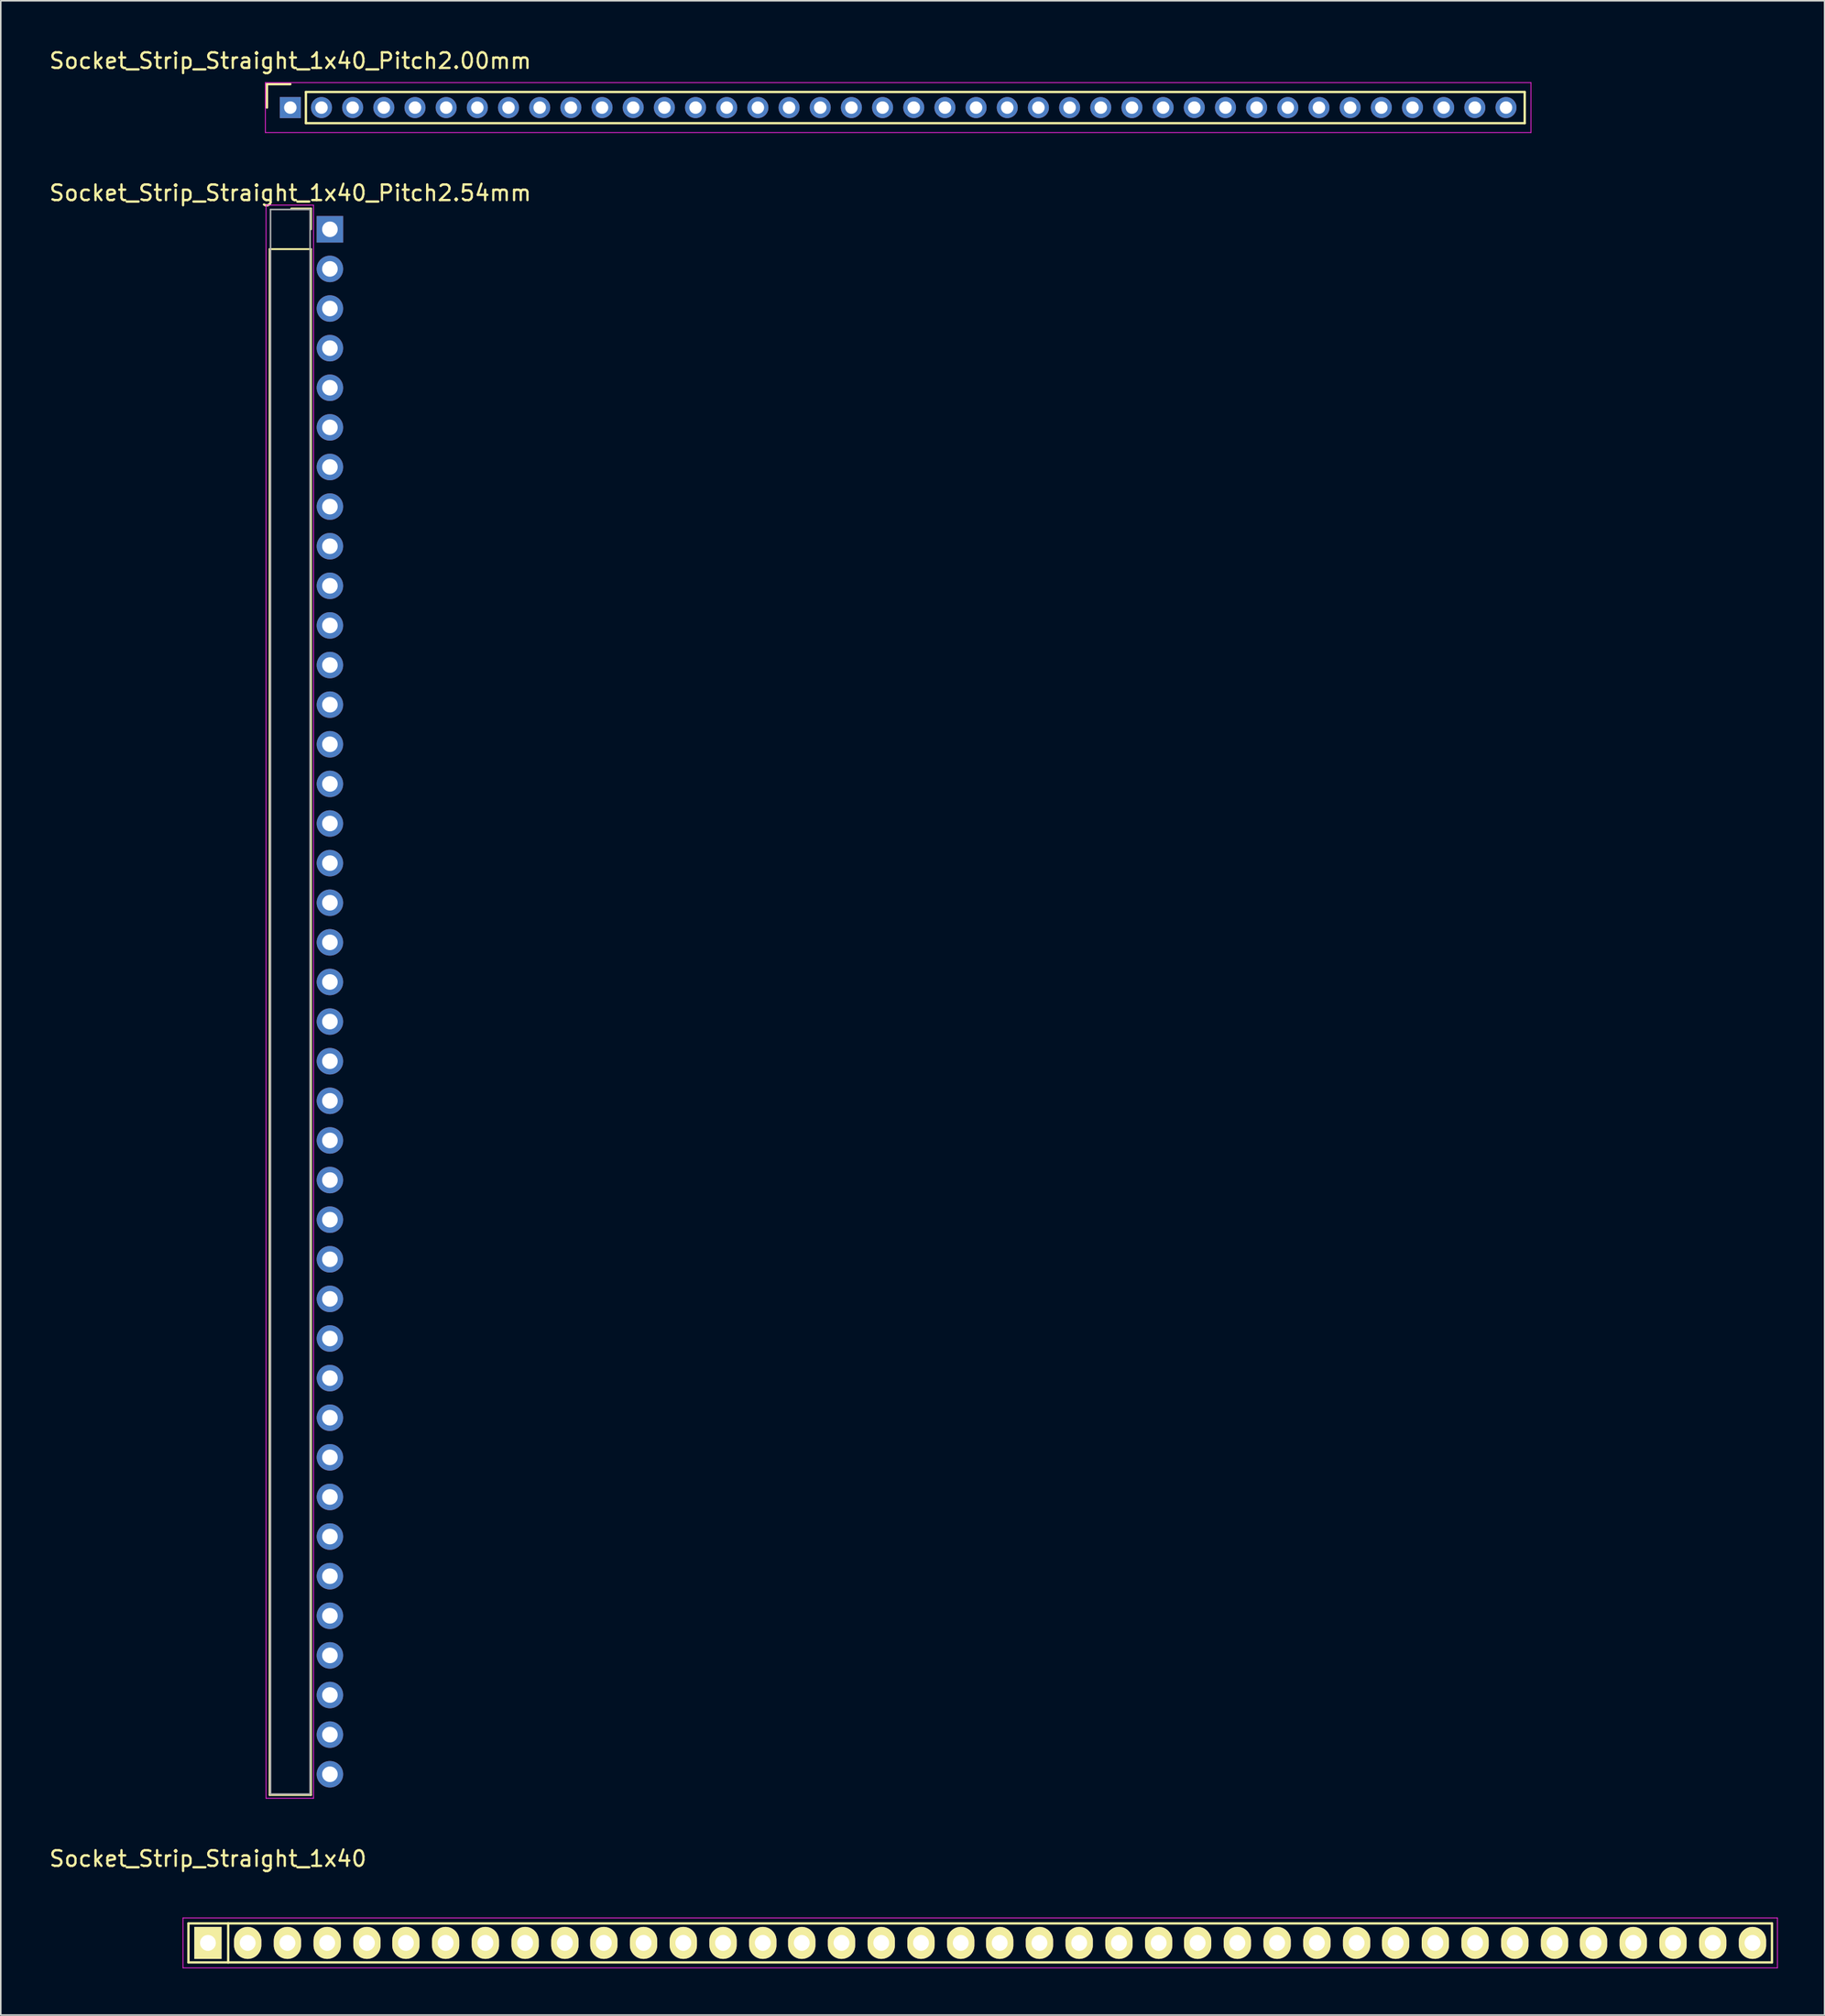
<source format=kicad_pcb>
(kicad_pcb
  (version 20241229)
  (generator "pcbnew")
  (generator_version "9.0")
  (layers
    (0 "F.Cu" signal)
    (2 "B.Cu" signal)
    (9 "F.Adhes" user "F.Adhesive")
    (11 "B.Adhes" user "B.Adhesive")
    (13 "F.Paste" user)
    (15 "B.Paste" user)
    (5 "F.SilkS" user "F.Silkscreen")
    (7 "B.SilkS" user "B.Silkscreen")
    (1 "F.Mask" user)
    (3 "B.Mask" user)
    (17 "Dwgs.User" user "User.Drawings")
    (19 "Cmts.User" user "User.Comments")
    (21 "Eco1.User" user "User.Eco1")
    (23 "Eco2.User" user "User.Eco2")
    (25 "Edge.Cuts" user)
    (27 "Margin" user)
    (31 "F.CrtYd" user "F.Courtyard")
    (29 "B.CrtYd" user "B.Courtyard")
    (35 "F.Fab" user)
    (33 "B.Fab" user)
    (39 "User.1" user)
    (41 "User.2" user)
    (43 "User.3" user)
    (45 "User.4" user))
  (footprint "Socket_Strip_Straight_1x40_Pitch2.00mm"
    (layer "F.Cu")
    (at 15.577 3.848)
    (property "Reference" "Socket_Strip_Straight_1x40_Pitch2.00mm" (at 0 -3 0) (layer "F.SilkS") (effects (font (size 1 1) (thickness 0.15))))
    (attr through_hole)
    (fp_line (start -1.5 -1.5) (end -1.5 0) (stroke (width 0.15) (type solid)) (layer "F.SilkS"))
    (fp_line (start 0 -1.5) (end -1.5 -1.5) (stroke (width 0.15) (type solid)) (layer "F.SilkS"))
    (fp_line (start 1 -1) (end 1 1) (stroke (width 0.15) (type solid)) (layer "F.SilkS"))
    (fp_line (start 1 1) (end 79.2 1) (stroke (width 0.15) (type solid)) (layer "F.SilkS"))
    (fp_line (start 79.2 -1) (end 1 -1) (stroke (width 0.15) (type solid)) (layer "F.SilkS"))
    (fp_line (start 79.2 1) (end 79.2 -1) (stroke (width 0.15) (type solid)) (layer "F.SilkS"))
    (fp_line (start -1.6 -1.6) (end -1.6 1.6) (stroke (width 0.05) (type solid)) (layer "F.CrtYd"))
    (fp_line (start -1.6 1.6) (end 79.6 1.6) (stroke (width 0.05) (type solid)) (layer "F.CrtYd"))
    (fp_line (start 79.6 -1.6) (end -1.6 -1.6) (stroke (width 0.05) (type solid)) (layer "F.CrtYd"))
    (fp_line (start 79.6 1.6) (end 79.6 -1.6) (stroke (width 0.05) (type solid)) (layer "F.CrtYd"))
    (pad "1" thru_hole rect (at 0 0) (size 1.35 1.35) (drill 0.8) (layers "*.Cu" "*.Mask"))
    (pad "2" thru_hole circle (at 2 0) (size 1.35 1.35) (drill 0.8) (layers "*.Cu" "*.Mask"))
    (pad "3" thru_hole circle (at 4 0) (size 1.35 1.35) (drill 0.8) (layers "*.Cu" "*.Mask"))
    (pad "4" thru_hole circle (at 6 0) (size 1.35 1.35) (drill 0.8) (layers "*.Cu" "*.Mask"))
    (pad "5" thru_hole circle (at 8 0) (size 1.35 1.35) (drill 0.8) (layers "*.Cu" "*.Mask"))
    (pad "6" thru_hole circle (at 10 0) (size 1.35 1.35) (drill 0.8) (layers "*.Cu" "*.Mask"))
    (pad "7" thru_hole circle (at 12 0) (size 1.35 1.35) (drill 0.8) (layers "*.Cu" "*.Mask"))
    (pad "8" thru_hole circle (at 14 0) (size 1.35 1.35) (drill 0.8) (layers "*.Cu" "*.Mask"))
    (pad "9" thru_hole circle (at 16 0) (size 1.35 1.35) (drill 0.8) (layers "*.Cu" "*.Mask"))
    (pad "10" thru_hole circle (at 18 0) (size 1.35 1.35) (drill 0.8) (layers "*.Cu" "*.Mask"))
    (pad "11" thru_hole circle (at 20 0) (size 1.35 1.35) (drill 0.8) (layers "*.Cu" "*.Mask"))
    (pad "12" thru_hole circle (at 22 0) (size 1.35 1.35) (drill 0.8) (layers "*.Cu" "*.Mask"))
    (pad "13" thru_hole circle (at 24 0) (size 1.35 1.35) (drill 0.8) (layers "*.Cu" "*.Mask"))
    (pad "14" thru_hole circle (at 26 0) (size 1.35 1.35) (drill 0.8) (layers "*.Cu" "*.Mask"))
    (pad "15" thru_hole circle (at 28 0) (size 1.35 1.35) (drill 0.8) (layers "*.Cu" "*.Mask"))
    (pad "16" thru_hole circle (at 30 0) (size 1.35 1.35) (drill 0.8) (layers "*.Cu" "*.Mask"))
    (pad "17" thru_hole circle (at 32 0) (size 1.35 1.35) (drill 0.8) (layers "*.Cu" "*.Mask"))
    (pad "18" thru_hole circle (at 34 0) (size 1.35 1.35) (drill 0.8) (layers "*.Cu" "*.Mask"))
    (pad "19" thru_hole circle (at 36 0) (size 1.35 1.35) (drill 0.8) (layers "*.Cu" "*.Mask"))
    (pad "20" thru_hole circle (at 38 0) (size 1.35 1.35) (drill 0.8) (layers "*.Cu" "*.Mask"))
    (pad "21" thru_hole circle (at 40 0) (size 1.35 1.35) (drill 0.8) (layers "*.Cu" "*.Mask"))
    (pad "22" thru_hole circle (at 42 0) (size 1.35 1.35) (drill 0.8) (layers "*.Cu" "*.Mask"))
    (pad "23" thru_hole circle (at 44 0) (size 1.35 1.35) (drill 0.8) (layers "*.Cu" "*.Mask"))
    (pad "24" thru_hole circle (at 46 0) (size 1.35 1.35) (drill 0.8) (layers "*.Cu" "*.Mask"))
    (pad "25" thru_hole circle (at 48 0) (size 1.35 1.35) (drill 0.8) (layers "*.Cu" "*.Mask"))
    (pad "26" thru_hole circle (at 50 0) (size 1.35 1.35) (drill 0.8) (layers "*.Cu" "*.Mask"))
    (pad "27" thru_hole circle (at 52 0) (size 1.35 1.35) (drill 0.8) (layers "*.Cu" "*.Mask"))
    (pad "28" thru_hole circle (at 54 0) (size 1.35 1.35) (drill 0.8) (layers "*.Cu" "*.Mask"))
    (pad "29" thru_hole circle (at 56 0) (size 1.35 1.35) (drill 0.8) (layers "*.Cu" "*.Mask"))
    (pad "30" thru_hole circle (at 58 0) (size 1.35 1.35) (drill 0.8) (layers "*.Cu" "*.Mask"))
    (pad "31" thru_hole circle (at 60 0) (size 1.35 1.35) (drill 0.8) (layers "*.Cu" "*.Mask"))
    (pad "32" thru_hole circle (at 62 0) (size 1.35 1.35) (drill 0.8) (layers "*.Cu" "*.Mask"))
    (pad "33" thru_hole circle (at 64 0) (size 1.35 1.35) (drill 0.8) (layers "*.Cu" "*.Mask"))
    (pad "34" thru_hole circle (at 66 0) (size 1.35 1.35) (drill 0.8) (layers "*.Cu" "*.Mask"))
    (pad "35" thru_hole circle (at 68 0) (size 1.35 1.35) (drill 0.8) (layers "*.Cu" "*.Mask"))
    (pad "36" thru_hole circle (at 70 0) (size 1.35 1.35) (drill 0.8) (layers "*.Cu" "*.Mask"))
    (pad "37" thru_hole circle (at 72 0) (size 1.35 1.35) (drill 0.8) (layers "*.Cu" "*.Mask"))
    (pad "38" thru_hole circle (at 74 0) (size 1.35 1.35) (drill 0.8) (layers "*.Cu" "*.Mask"))
    (pad "39" thru_hole circle (at 76 0) (size 1.35 1.35) (drill 0.8) (layers "*.Cu" "*.Mask"))
    (pad "40" thru_hole circle (at 78 0) (size 1.35 1.35) (drill 0.8) (layers "*.Cu" "*.Mask")))
  (footprint "Socket_Strip_Straight_1x40"
    (layer "F.Cu")
    (at 10.292 121.525)
    (property "Reference" "Socket_Strip_Straight_1x40" (at 0 -5.4 0) (layer "F.SilkS") (effects (font (size 1 1) (thickness 0.15))))
    (attr through_hole)
    (fp_line (start -1.25 -1.25) (end 1.3 -1.25) (stroke (width 0.15) (type solid)) (layer "F.SilkS"))
    (fp_line (start -1.25 1.25) (end -1.25 -1.25) (stroke (width 0.15) (type solid)) (layer "F.SilkS"))
    (fp_line (start -1.25 1.25) (end 1.3 1.25) (stroke (width 0.15) (type solid)) (layer "F.SilkS"))
    (fp_line (start 1.3 -1.25) (end 100.35 -1.25) (stroke (width 0.15) (type solid)) (layer "F.SilkS"))
    (fp_line (start 1.3 1.25) (end 1.3 -1.25) (stroke (width 0.15) (type solid)) (layer "F.SilkS"))
    (fp_line (start 100.35 -1.25) (end 100.35 1.25) (stroke (width 0.15) (type solid)) (layer "F.SilkS"))
    (fp_line (start 100.35 1.25) (end 1.3 1.25) (stroke (width 0.15) (type solid)) (layer "F.SilkS"))
    (fp_line (start -1.6 -1.6) (end -1.6 1.6) (stroke (width 0.05) (type solid)) (layer "F.CrtYd"))
    (fp_line (start -1.6 -1.6) (end 100.7 -1.6) (stroke (width 0.05) (type solid)) (layer "F.CrtYd"))
    (fp_line (start -1.6 1.6) (end 100.7 1.6) (stroke (width 0.05) (type solid)) (layer "F.CrtYd"))
    (fp_line (start 100.7 -1.6) (end 100.7 1.6) (stroke (width 0.05) (type solid)) (layer "F.CrtYd"))
    (pad "1" thru_hole rect (at 0 0) (size 1.75 2.05) (drill 1.016) (layers "*.Cu" "*.Mask" "F.SilkS"))
    (pad "2" thru_hole oval (at 2.55 0) (size 1.75 2.05) (drill 1.016) (layers "*.Cu" "*.Mask" "F.SilkS"))
    (pad "3" thru_hole oval (at 5.1 0) (size 1.75 2.05) (drill 1.016) (layers "*.Cu" "*.Mask" "F.SilkS"))
    (pad "4" thru_hole oval (at 7.65 0) (size 1.75 2.05) (drill 1.016) (layers "*.Cu" "*.Mask" "F.SilkS"))
    (pad "5" thru_hole oval (at 10.2 0) (size 1.75 2.05) (drill 1.016) (layers "*.Cu" "*.Mask" "F.SilkS"))
    (pad "6" thru_hole oval (at 12.7 0) (size 1.75 2.05) (drill 1.016) (layers "*.Cu" "*.Mask" "F.SilkS"))
    (pad "7" thru_hole oval (at 15.25 0) (size 1.75 2.05) (drill 1.016) (layers "*.Cu" "*.Mask" "F.SilkS"))
    (pad "8" thru_hole oval (at 17.8 0) (size 1.75 2.05) (drill 1.016) (layers "*.Cu" "*.Mask" "F.SilkS"))
    (pad "9" thru_hole oval (at 20.35 0) (size 1.75 2.05) (drill 1.016) (layers "*.Cu" "*.Mask" "F.SilkS"))
    (pad "10" thru_hole oval (at 22.9 0) (size 1.75 2.05) (drill 1.016) (layers "*.Cu" "*.Mask" "F.SilkS"))
    (pad "11" thru_hole oval (at 25.4 0) (size 1.75 2.05) (drill 1.016) (layers "*.Cu" "*.Mask" "F.SilkS"))
    (pad "12" thru_hole oval (at 27.95 0) (size 1.75 2.05) (drill 1.016) (layers "*.Cu" "*.Mask" "F.SilkS"))
    (pad "13" thru_hole oval (at 30.5 0) (size 1.75 2.05) (drill 1.016) (layers "*.Cu" "*.Mask" "F.SilkS"))
    (pad "14" thru_hole oval (at 33.05 0) (size 1.75 2.05) (drill 1.016) (layers "*.Cu" "*.Mask" "F.SilkS"))
    (pad "15" thru_hole oval (at 35.6 0) (size 1.75 2.05) (drill 1.016) (layers "*.Cu" "*.Mask" "F.SilkS"))
    (pad "16" thru_hole oval (at 38.1 0) (size 1.75 2.05) (drill 1.016) (layers "*.Cu" "*.Mask" "F.SilkS"))
    (pad "17" thru_hole oval (at 40.65 0) (size 1.75 2.05) (drill 1.016) (layers "*.Cu" "*.Mask" "F.SilkS"))
    (pad "18" thru_hole oval (at 43.2 0) (size 1.75 2.05) (drill 1.016) (layers "*.Cu" "*.Mask" "F.SilkS"))
    (pad "19" thru_hole oval (at 45.75 0) (size 1.75 2.05) (drill 1.016) (layers "*.Cu" "*.Mask" "F.SilkS"))
    (pad "20" thru_hole oval (at 48.3 0) (size 1.75 2.05) (drill 1.016) (layers "*.Cu" "*.Mask" "F.SilkS"))
    (pad "21" thru_hole oval (at 50.8 0) (size 1.75 2.05) (drill 1.016) (layers "*.Cu" "*.Mask" "F.SilkS"))
    (pad "22" thru_hole oval (at 53.35 0) (size 1.75 2.05) (drill 1.016) (layers "*.Cu" "*.Mask" "F.SilkS"))
    (pad "23" thru_hole oval (at 55.9 0) (size 1.75 2.05) (drill 1.016) (layers "*.Cu" "*.Mask" "F.SilkS"))
    (pad "24" thru_hole oval (at 58.45 0) (size 1.75 2.05) (drill 1.016) (layers "*.Cu" "*.Mask" "F.SilkS"))
    (pad "25" thru_hole oval (at 61 0) (size 1.75 2.05) (drill 1.016) (layers "*.Cu" "*.Mask" "F.SilkS"))
    (pad "26" thru_hole oval (at 63.5 0) (size 1.75 2.05) (drill 1.016) (layers "*.Cu" "*.Mask" "F.SilkS"))
    (pad "27" thru_hole oval (at 66.05 0) (size 1.75 2.05) (drill 1.016) (layers "*.Cu" "*.Mask" "F.SilkS"))
    (pad "28" thru_hole oval (at 68.6 0) (size 1.75 2.05) (drill 1.016) (layers "*.Cu" "*.Mask" "F.SilkS"))
    (pad "29" thru_hole oval (at 71.15 0) (size 1.75 2.05) (drill 1.016) (layers "*.Cu" "*.Mask" "F.SilkS"))
    (pad "30" thru_hole oval (at 73.7 0) (size 1.75 2.05) (drill 1.016) (layers "*.Cu" "*.Mask" "F.SilkS"))
    (pad "31" thru_hole oval (at 76.2 0) (size 1.75 2.05) (drill 1.016) (layers "*.Cu" "*.Mask" "F.SilkS"))
    (pad "32" thru_hole oval (at 78.75 0) (size 1.75 2.05) (drill 1.016) (layers "*.Cu" "*.Mask" "F.SilkS"))
    (pad "33" thru_hole oval (at 81.3 0) (size 1.75 2.05) (drill 1.016) (layers "*.Cu" "*.Mask" "F.SilkS"))
    (pad "34" thru_hole oval (at 83.85 0) (size 1.75 2.05) (drill 1.016) (layers "*.Cu" "*.Mask" "F.SilkS"))
    (pad "35" thru_hole oval (at 86.4 0) (size 1.75 2.05) (drill 1.016) (layers "*.Cu" "*.Mask" "F.SilkS"))
    (pad "36" thru_hole oval (at 88.9 0) (size 1.75 2.05) (drill 1.016) (layers "*.Cu" "*.Mask" "F.SilkS"))
    (pad "37" thru_hole oval (at 91.45 0) (size 1.75 2.05) (drill 1.016) (layers "*.Cu" "*.Mask" "F.SilkS"))
    (pad "38" thru_hole oval (at 94 0) (size 1.75 2.05) (drill 1.016) (layers "*.Cu" "*.Mask" "F.SilkS"))
    (pad "39" thru_hole oval (at 96.55 0) (size 1.75 2.05) (drill 1.016) (layers "*.Cu" "*.Mask" "F.SilkS"))
    (pad "40" thru_hole oval (at 99.1 0) (size 1.75 2.05) (drill 1.016) (layers "*.Cu" "*.Mask" "F.SilkS")))
  (footprint "Socket_Strip_Straight_1x40_Pitch2.54mm"
    (layer "F.Cu")
    (at 18.117 11.652)
    (property "Reference" "Socket_Strip_Straight_1x40_Pitch2.54mm" (at -2.54 -2.33 0) (layer "F.SilkS") (effects (font (size 1 1) (thickness 0.15))))
    (attr through_hole)
    (fp_line (start -3.87 1.27) (end -3.87 100.39) (stroke (width 0.12) (type solid)) (layer "F.SilkS"))
    (fp_line (start -3.87 100.39) (end -1.21 100.39) (stroke (width 0.12) (type solid)) (layer "F.SilkS"))
    (fp_line (start -1.21 -1.33) (end -2.48 -1.33) (stroke (width 0.12) (type solid)) (layer "F.SilkS"))
    (fp_line (start -1.21 0) (end -1.21 -1.33) (stroke (width 0.12) (type solid)) (layer "F.SilkS"))
    (fp_line (start -1.21 1.27) (end -3.87 1.27) (stroke (width 0.12) (type solid)) (layer "F.SilkS"))
    (fp_line (start -1.21 100.39) (end -1.21 1.27) (stroke (width 0.12) (type solid)) (layer "F.SilkS"))
    (fp_line (start -4.1 -1.55) (end -4.1 100.6) (stroke (width 0.05) (type solid)) (layer "F.CrtYd"))
    (fp_line (start -4.1 100.6) (end -1.05 100.6) (stroke (width 0.05) (type solid)) (layer "F.CrtYd"))
    (fp_line (start -1.05 -1.55) (end -4.1 -1.55) (stroke (width 0.05) (type solid)) (layer "F.CrtYd"))
    (fp_line (start -1.05 100.6) (end -1.05 -1.55) (stroke (width 0.05) (type solid)) (layer "F.CrtYd"))
    (fp_line (start -3.81 -1.27) (end -3.81 100.33) (stroke (width 0.1) (type solid)) (layer "F.Fab"))
    (fp_line (start -3.81 100.33) (end -1.27 100.33) (stroke (width 0.1) (type solid)) (layer "F.Fab"))
    (fp_line (start -1.27 -1.27) (end -3.81 -1.27) (stroke (width 0.1) (type solid)) (layer "F.Fab"))
    (fp_line (start -1.27 100.33) (end -1.27 -1.27) (stroke (width 0.1) (type solid)) (layer "F.Fab"))
    (pad "1" thru_hole rect (at 0 0) (size 1.7 1.7) (drill 1) (layers "*.Cu" "*.Mask"))
    (pad "2" thru_hole oval (at 0 2.54) (size 1.7 1.7) (drill 1) (layers "*.Cu" "*.Mask"))
    (pad "3" thru_hole oval (at 0 5.08) (size 1.7 1.7) (drill 1) (layers "*.Cu" "*.Mask"))
    (pad "4" thru_hole oval (at 0 7.62) (size 1.7 1.7) (drill 1) (layers "*.Cu" "*.Mask"))
    (pad "5" thru_hole oval (at 0 10.16) (size 1.7 1.7) (drill 1) (layers "*.Cu" "*.Mask"))
    (pad "6" thru_hole oval (at 0 12.7) (size 1.7 1.7) (drill 1) (layers "*.Cu" "*.Mask"))
    (pad "7" thru_hole oval (at 0 15.24) (size 1.7 1.7) (drill 1) (layers "*.Cu" "*.Mask"))
    (pad "8" thru_hole oval (at 0 17.78) (size 1.7 1.7) (drill 1) (layers "*.Cu" "*.Mask"))
    (pad "9" thru_hole oval (at 0 20.32) (size 1.7 1.7) (drill 1) (layers "*.Cu" "*.Mask"))
    (pad "10" thru_hole oval (at 0 22.86) (size 1.7 1.7) (drill 1) (layers "*.Cu" "*.Mask"))
    (pad "11" thru_hole oval (at 0 25.4) (size 1.7 1.7) (drill 1) (layers "*.Cu" "*.Mask"))
    (pad "12" thru_hole oval (at 0 27.94) (size 1.7 1.7) (drill 1) (layers "*.Cu" "*.Mask"))
    (pad "13" thru_hole oval (at 0 30.48) (size 1.7 1.7) (drill 1) (layers "*.Cu" "*.Mask"))
    (pad "14" thru_hole oval (at 0 33.02) (size 1.7 1.7) (drill 1) (layers "*.Cu" "*.Mask"))
    (pad "15" thru_hole oval (at 0 35.56) (size 1.7 1.7) (drill 1) (layers "*.Cu" "*.Mask"))
    (pad "16" thru_hole oval (at 0 38.1) (size 1.7 1.7) (drill 1) (layers "*.Cu" "*.Mask"))
    (pad "17" thru_hole oval (at 0 40.64) (size 1.7 1.7) (drill 1) (layers "*.Cu" "*.Mask"))
    (pad "18" thru_hole oval (at 0 43.18) (size 1.7 1.7) (drill 1) (layers "*.Cu" "*.Mask"))
    (pad "19" thru_hole oval (at 0 45.72) (size 1.7 1.7) (drill 1) (layers "*.Cu" "*.Mask"))
    (pad "20" thru_hole oval (at 0 48.26) (size 1.7 1.7) (drill 1) (layers "*.Cu" "*.Mask"))
    (pad "21" thru_hole oval (at 0 50.8) (size 1.7 1.7) (drill 1) (layers "*.Cu" "*.Mask"))
    (pad "22" thru_hole oval (at 0 53.34) (size 1.7 1.7) (drill 1) (layers "*.Cu" "*.Mask"))
    (pad "23" thru_hole oval (at 0 55.88) (size 1.7 1.7) (drill 1) (layers "*.Cu" "*.Mask"))
    (pad "24" thru_hole oval (at 0 58.42) (size 1.7 1.7) (drill 1) (layers "*.Cu" "*.Mask"))
    (pad "25" thru_hole oval (at 0 60.96) (size 1.7 1.7) (drill 1) (layers "*.Cu" "*.Mask"))
    (pad "26" thru_hole oval (at 0 63.5) (size 1.7 1.7) (drill 1) (layers "*.Cu" "*.Mask"))
    (pad "27" thru_hole oval (at 0 66.04) (size 1.7 1.7) (drill 1) (layers "*.Cu" "*.Mask"))
    (pad "28" thru_hole oval (at 0 68.58) (size 1.7 1.7) (drill 1) (layers "*.Cu" "*.Mask"))
    (pad "29" thru_hole oval (at 0 71.12) (size 1.7 1.7) (drill 1) (layers "*.Cu" "*.Mask"))
    (pad "30" thru_hole oval (at 0 73.66) (size 1.7 1.7) (drill 1) (layers "*.Cu" "*.Mask"))
    (pad "31" thru_hole oval (at 0 76.2) (size 1.7 1.7) (drill 1) (layers "*.Cu" "*.Mask"))
    (pad "32" thru_hole oval (at 0 78.74) (size 1.7 1.7) (drill 1) (layers "*.Cu" "*.Mask"))
    (pad "33" thru_hole oval (at 0 81.28) (size 1.7 1.7) (drill 1) (layers "*.Cu" "*.Mask"))
    (pad "34" thru_hole oval (at 0 83.82) (size 1.7 1.7) (drill 1) (layers "*.Cu" "*.Mask"))
    (pad "35" thru_hole oval (at 0 86.36) (size 1.7 1.7) (drill 1) (layers "*.Cu" "*.Mask"))
    (pad "36" thru_hole oval (at 0 88.9) (size 1.7 1.7) (drill 1) (layers "*.Cu" "*.Mask"))
    (pad "37" thru_hole oval (at 0 91.44) (size 1.7 1.7) (drill 1) (layers "*.Cu" "*.Mask"))
    (pad "38" thru_hole oval (at 0 93.98) (size 1.7 1.7) (drill 1) (layers "*.Cu" "*.Mask"))
    (pad "39" thru_hole oval (at 0 96.52) (size 1.7 1.7) (drill 1) (layers "*.Cu" "*.Mask"))
    (pad "40" thru_hole oval (at 0 99.06) (size 1.7 1.7) (drill 1) (layers "*.Cu" "*.Mask")))
  (gr_rect
    (start -3 -3)
    (end 114.017 126.15)
    (stroke (width 0.1) (type default))
    (fill no)
    (layer "Edge.Cuts")))
</source>
